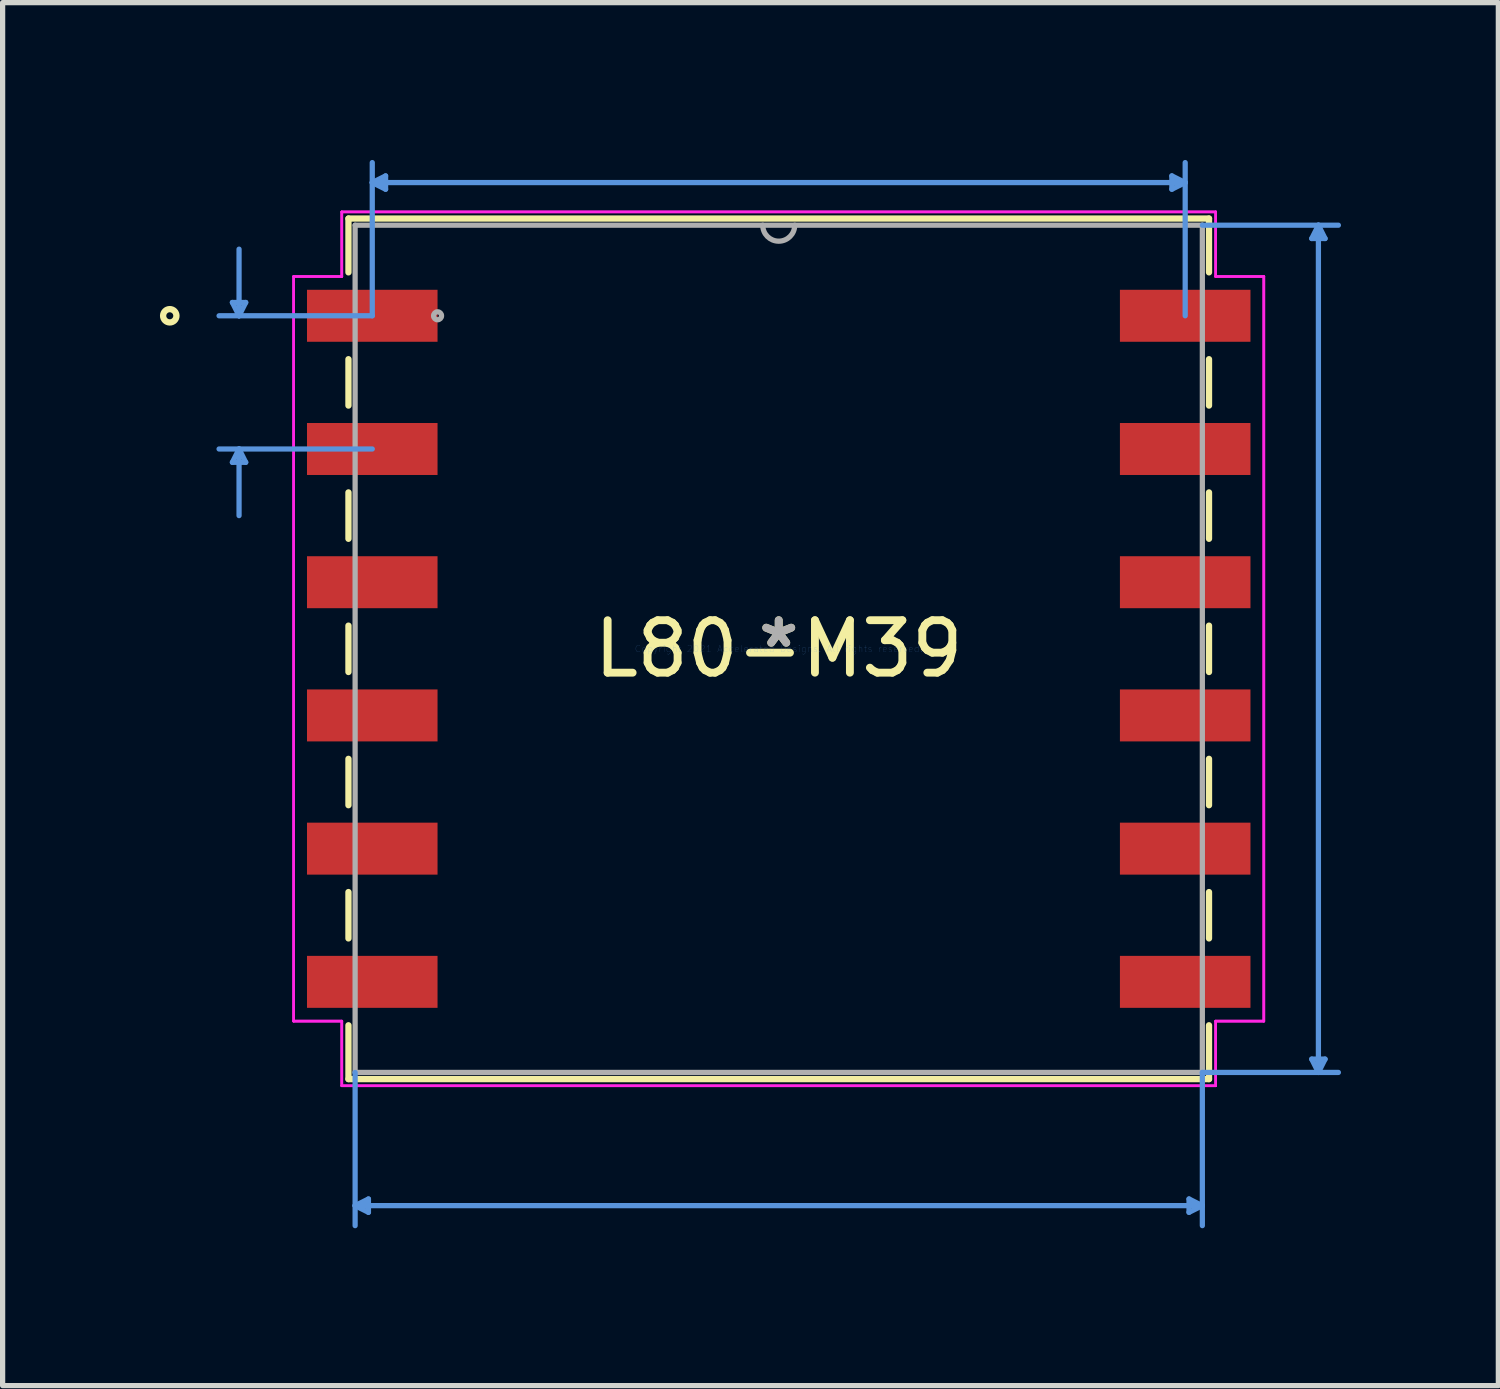
<source format=kicad_pcb>
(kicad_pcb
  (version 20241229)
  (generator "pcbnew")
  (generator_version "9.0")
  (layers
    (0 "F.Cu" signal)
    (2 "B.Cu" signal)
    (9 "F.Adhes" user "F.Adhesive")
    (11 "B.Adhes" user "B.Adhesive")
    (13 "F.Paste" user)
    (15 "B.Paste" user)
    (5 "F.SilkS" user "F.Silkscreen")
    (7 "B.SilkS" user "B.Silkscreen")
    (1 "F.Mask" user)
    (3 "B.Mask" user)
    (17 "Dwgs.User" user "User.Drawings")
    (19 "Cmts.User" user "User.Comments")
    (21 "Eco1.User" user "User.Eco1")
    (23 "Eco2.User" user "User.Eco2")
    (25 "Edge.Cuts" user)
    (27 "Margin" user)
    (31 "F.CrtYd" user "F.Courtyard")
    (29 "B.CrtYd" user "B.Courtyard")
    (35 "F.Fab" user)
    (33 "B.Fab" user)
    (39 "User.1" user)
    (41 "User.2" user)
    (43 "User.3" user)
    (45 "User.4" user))
  (footprint "L80-M39"
    (layer "F.Cu")
    (at 11.798 9.321)
    (property "Reference" "L80-M39" (at 0 0 0) (layer "F.SilkS") (effects (font (size 1 1) (thickness 0.15))))
    (attr through_hole)
    (fp_line (start -8.204 -8.204) (end -8.204 -7.178) (stroke (width 0.12) (type solid)) (layer "F.SilkS"))
    (fp_line (start -8.204 -5.522) (end -8.204 -4.638) (stroke (width 0.12) (type solid)) (layer "F.SilkS"))
    (fp_line (start -8.204 -2.982) (end -8.204 -2.098) (stroke (width 0.12) (type solid)) (layer "F.SilkS"))
    (fp_line (start -8.204 -0.442) (end -8.204 0.442) (stroke (width 0.12) (type solid)) (layer "F.SilkS"))
    (fp_line (start -8.204 2.098) (end -8.204 2.982) (stroke (width 0.12) (type solid)) (layer "F.SilkS"))
    (fp_line (start -8.204 4.638) (end -8.204 5.522) (stroke (width 0.12) (type solid)) (layer "F.SilkS"))
    (fp_line (start -8.204 7.178) (end -8.204 8.204) (stroke (width 0.12) (type solid)) (layer "F.SilkS"))
    (fp_line (start -8.204 8.204) (end 8.204 8.204) (stroke (width 0.12) (type solid)) (layer "F.SilkS"))
    (fp_line (start 8.204 -8.204) (end -8.204 -8.204) (stroke (width 0.12) (type solid)) (layer "F.SilkS"))
    (fp_line (start 8.204 -7.178) (end 8.204 -8.204) (stroke (width 0.12) (type solid)) (layer "F.SilkS"))
    (fp_line (start 8.204 -4.638) (end 8.204 -5.522) (stroke (width 0.12) (type solid)) (layer "F.SilkS"))
    (fp_line (start 8.204 -2.098) (end 8.204 -2.982) (stroke (width 0.12) (type solid)) (layer "F.SilkS"))
    (fp_line (start 8.204 0.442) (end 8.204 -0.442) (stroke (width 0.12) (type solid)) (layer "F.SilkS"))
    (fp_line (start 8.204 2.982) (end 8.204 2.098) (stroke (width 0.12) (type solid)) (layer "F.SilkS"))
    (fp_line (start 8.204 5.522) (end 8.204 4.638) (stroke (width 0.12) (type solid)) (layer "F.SilkS"))
    (fp_line (start 8.204 8.204) (end 8.204 7.178) (stroke (width 0.12) (type solid)) (layer "F.SilkS"))
    (fp_circle (center -11.611 -6.35) (end -11.484 -6.35) (stroke (width 0.12) (type solid)) (fill no) (layer "F.SilkS"))
    (fp_line (start -10.417 -6.604) (end -10.163 -6.604) (stroke (width 0.1) (type solid)) (layer "Cmts.User"))
    (fp_line (start -10.417 -3.556) (end -10.163 -3.556) (stroke (width 0.1) (type solid)) (layer "Cmts.User"))
    (fp_line (start -10.29 -6.35) (end -10.417 -6.604) (stroke (width 0.1) (type solid)) (layer "Cmts.User"))
    (fp_line (start -10.29 -6.35) (end -10.29 -7.62) (stroke (width 0.1) (type solid)) (layer "Cmts.User"))
    (fp_line (start -10.29 -6.35) (end -10.163 -6.604) (stroke (width 0.1) (type solid)) (layer "Cmts.User"))
    (fp_line (start -10.29 -3.81) (end -10.417 -3.556) (stroke (width 0.1) (type solid)) (layer "Cmts.User"))
    (fp_line (start -10.29 -3.81) (end -10.29 -2.54) (stroke (width 0.1) (type solid)) (layer "Cmts.User"))
    (fp_line (start -10.29 -3.81) (end -10.163 -3.556) (stroke (width 0.1) (type solid)) (layer "Cmts.User"))
    (fp_line (start -8.077 8.077) (end -8.077 10.998) (stroke (width 0.1) (type solid)) (layer "Cmts.User"))
    (fp_line (start -8.077 10.617) (end -7.823 10.49) (stroke (width 0.1) (type solid)) (layer "Cmts.User"))
    (fp_line (start -8.077 10.617) (end -7.823 10.744) (stroke (width 0.1) (type solid)) (layer "Cmts.User"))
    (fp_line (start -8.077 10.617) (end 8.077 10.617) (stroke (width 0.1) (type solid)) (layer "Cmts.User"))
    (fp_line (start -7.823 10.49) (end -7.823 10.744) (stroke (width 0.1) (type solid)) (layer "Cmts.User"))
    (fp_line (start -7.75 -8.89) (end -7.496 -9.017) (stroke (width 0.1) (type solid)) (layer "Cmts.User"))
    (fp_line (start -7.75 -8.89) (end -7.496 -8.763) (stroke (width 0.1) (type solid)) (layer "Cmts.User"))
    (fp_line (start -7.75 -8.89) (end 7.75 -8.89) (stroke (width 0.1) (type solid)) (layer "Cmts.User"))
    (fp_line (start -7.75 -6.35) (end -10.671 -6.35) (stroke (width 0.1) (type solid)) (layer "Cmts.User"))
    (fp_line (start -7.75 -6.35) (end -7.75 -9.271) (stroke (width 0.1) (type solid)) (layer "Cmts.User"))
    (fp_line (start -7.75 -3.81) (end -10.671 -3.81) (stroke (width 0.1) (type solid)) (layer "Cmts.User"))
    (fp_line (start -7.496 -9.017) (end -7.496 -8.763) (stroke (width 0.1) (type solid)) (layer "Cmts.User"))
    (fp_line (start 7.496 -9.017) (end 7.496 -8.763) (stroke (width 0.1) (type solid)) (layer "Cmts.User"))
    (fp_line (start 7.75 -8.89) (end 7.496 -9.017) (stroke (width 0.1) (type solid)) (layer "Cmts.User"))
    (fp_line (start 7.75 -8.89) (end 7.496 -8.763) (stroke (width 0.1) (type solid)) (layer "Cmts.User"))
    (fp_line (start 7.75 -6.35) (end 7.75 -9.271) (stroke (width 0.1) (type solid)) (layer "Cmts.User"))
    (fp_line (start 7.823 10.49) (end 7.823 10.744) (stroke (width 0.1) (type solid)) (layer "Cmts.User"))
    (fp_line (start 8.077 -8.077) (end 10.671 -8.077) (stroke (width 0.1) (type solid)) (layer "Cmts.User"))
    (fp_line (start 8.077 8.077) (end 8.077 10.998) (stroke (width 0.1) (type solid)) (layer "Cmts.User"))
    (fp_line (start 8.077 8.077) (end 10.671 8.077) (stroke (width 0.1) (type solid)) (layer "Cmts.User"))
    (fp_line (start 8.077 10.617) (end 7.823 10.49) (stroke (width 0.1) (type solid)) (layer "Cmts.User"))
    (fp_line (start 8.077 10.617) (end 7.823 10.744) (stroke (width 0.1) (type solid)) (layer "Cmts.User"))
    (fp_line (start 10.163 -7.823) (end 10.417 -7.823) (stroke (width 0.1) (type solid)) (layer "Cmts.User"))
    (fp_line (start 10.163 7.823) (end 10.417 7.823) (stroke (width 0.1) (type solid)) (layer "Cmts.User"))
    (fp_line (start 10.29 -8.077) (end 10.163 -7.823) (stroke (width 0.1) (type solid)) (layer "Cmts.User"))
    (fp_line (start 10.29 -8.077) (end 10.29 8.077) (stroke (width 0.1) (type solid)) (layer "Cmts.User"))
    (fp_line (start 10.29 -8.077) (end 10.417 -7.823) (stroke (width 0.1) (type solid)) (layer "Cmts.User"))
    (fp_line (start 10.29 8.077) (end 10.163 7.823) (stroke (width 0.1) (type solid)) (layer "Cmts.User"))
    (fp_line (start 10.29 8.077) (end 10.417 7.823) (stroke (width 0.1) (type solid)) (layer "Cmts.User"))
    (fp_line (start -9.249 -7.099) (end -8.331 -7.099) (stroke (width 0.05) (type solid)) (layer "F.CrtYd"))
    (fp_line (start -9.249 -7.099) (end -8.331 -7.099) (stroke (width 0.05) (type solid)) (layer "F.CrtYd"))
    (fp_line (start -9.249 7.099) (end -9.249 -7.099) (stroke (width 0.05) (type solid)) (layer "F.CrtYd"))
    (fp_line (start -9.249 7.099) (end -9.249 -7.099) (stroke (width 0.05) (type solid)) (layer "F.CrtYd"))
    (fp_line (start -9.249 7.099) (end -8.331 7.099) (stroke (width 0.05) (type solid)) (layer "F.CrtYd"))
    (fp_line (start -8.331 -8.331) (end 8.331 -8.331) (stroke (width 0.05) (type solid)) (layer "F.CrtYd"))
    (fp_line (start -8.331 -8.331) (end 8.331 -8.331) (stroke (width 0.05) (type solid)) (layer "F.CrtYd"))
    (fp_line (start -8.331 -7.099) (end -8.331 -8.331) (stroke (width 0.05) (type solid)) (layer "F.CrtYd"))
    (fp_line (start -8.331 -7.099) (end -8.331 -8.331) (stroke (width 0.05) (type solid)) (layer "F.CrtYd"))
    (fp_line (start -8.331 7.099) (end -9.249 7.099) (stroke (width 0.05) (type solid)) (layer "F.CrtYd"))
    (fp_line (start -8.331 8.331) (end -8.331 7.099) (stroke (width 0.05) (type solid)) (layer "F.CrtYd"))
    (fp_line (start -8.331 8.331) (end -8.331 7.099) (stroke (width 0.05) (type solid)) (layer "F.CrtYd"))
    (fp_line (start 8.331 -8.331) (end 8.331 -7.099) (stroke (width 0.05) (type solid)) (layer "F.CrtYd"))
    (fp_line (start 8.331 -8.331) (end 8.331 -7.099) (stroke (width 0.05) (type solid)) (layer "F.CrtYd"))
    (fp_line (start 8.331 -7.099) (end 9.249 -7.099) (stroke (width 0.05) (type solid)) (layer "F.CrtYd"))
    (fp_line (start 8.331 7.099) (end 8.331 8.331) (stroke (width 0.05) (type solid)) (layer "F.CrtYd"))
    (fp_line (start 8.331 7.099) (end 8.331 8.331) (stroke (width 0.05) (type solid)) (layer "F.CrtYd"))
    (fp_line (start 8.331 8.331) (end -8.331 8.331) (stroke (width 0.05) (type solid)) (layer "F.CrtYd"))
    (fp_line (start 8.331 8.331) (end -8.331 8.331) (stroke (width 0.05) (type solid)) (layer "F.CrtYd"))
    (fp_line (start 9.249 -7.099) (end 8.331 -7.099) (stroke (width 0.05) (type solid)) (layer "F.CrtYd"))
    (fp_line (start 9.249 -7.099) (end 9.249 7.099) (stroke (width 0.05) (type solid)) (layer "F.CrtYd"))
    (fp_line (start 9.249 -7.099) (end 9.249 7.099) (stroke (width 0.05) (type solid)) (layer "F.CrtYd"))
    (fp_line (start 9.249 7.099) (end 8.331 7.099) (stroke (width 0.05) (type solid)) (layer "F.CrtYd"))
    (fp_line (start 9.249 7.099) (end 8.331 7.099) (stroke (width 0.05) (type solid)) (layer "F.CrtYd"))
    (fp_line (start -8.077 -8.077) (end -8.077 8.077) (stroke (width 0.1) (type solid)) (layer "F.Fab"))
    (fp_line (start -8.077 8.077) (end 8.077 8.077) (stroke (width 0.1) (type solid)) (layer "F.Fab"))
    (fp_line (start 8.077 -8.077) (end -8.077 -8.077) (stroke (width 0.1) (type solid)) (layer "F.Fab"))
    (fp_line (start 8.077 8.077) (end 8.077 -8.077) (stroke (width 0.1) (type solid)) (layer "F.Fab"))
    (fp_arc (start 0.3048 -8.0772) (mid 0 -7.7724) (end -0.3048 -8.0772) (stroke (width 0.1) (type solid)) (layer "F.Fab"))
    (fp_circle (center -6.505 -6.35) (end -6.429 -6.35) (stroke (width 0.1) (type solid)) (fill no) (layer "F.Fab"))
    (fp_text user "*" (at 0 0 0) (layer "F.SilkS") (effects (font (size 1 1) (thickness 0.15))))
    (fp_text user "Copyright 2021 Accelerated Designs. All rights reserved." (at 0 0 0) (layer "Cmts.User") (effects (font (size 0.127 0.127) (thickness 0.002))))
    (fp_text user "*" (at 0 0 0) (layer "F.Fab") (effects (font (size 1 1) (thickness 0.15))))
    (pad "1" smd rect (at -7.75 -6.35) (size 2.489 0.991) (layers "F.Cu" "F.Mask" "F.Paste"))
    (pad "2" smd rect (at -7.75 -3.81) (size 2.489 0.991) (layers "F.Cu" "F.Mask" "F.Paste"))
    (pad "3" smd rect (at -7.75 -1.27) (size 2.489 0.991) (layers "F.Cu" "F.Mask" "F.Paste"))
    (pad "4" smd rect (at -7.75 1.27) (size 2.489 0.991) (layers "F.Cu" "F.Mask" "F.Paste"))
    (pad "5" smd rect (at -7.75 3.81) (size 2.489 0.991) (layers "F.Cu" "F.Mask" "F.Paste"))
    (pad "6" smd rect (at -7.75 6.35) (size 2.489 0.991) (layers "F.Cu" "F.Mask" "F.Paste"))
    (pad "7" smd rect (at 7.75 6.35) (size 2.489 0.991) (layers "F.Cu" "F.Mask" "F.Paste"))
    (pad "8" smd rect (at 7.75 3.81) (size 2.489 0.991) (layers "F.Cu" "F.Mask" "F.Paste"))
    (pad "9" smd rect (at 7.75 1.27) (size 2.489 0.991) (layers "F.Cu" "F.Mask" "F.Paste"))
    (pad "10" smd rect (at 7.75 -1.27) (size 2.489 0.991) (layers "F.Cu" "F.Mask" "F.Paste"))
    (pad "11" smd rect (at 7.75 -3.81) (size 2.489 0.991) (layers "F.Cu" "F.Mask" "F.Paste"))
    (pad "12" smd rect (at 7.75 -6.35) (size 2.489 0.991) (layers "F.Cu" "F.Mask" "F.Paste")))
  (gr_rect
    (start -3 -3)
    (end 25.519 23.369)
    (stroke (width 0.1) (type default))
    (fill no)
    (layer "Edge.Cuts")))
</source>
